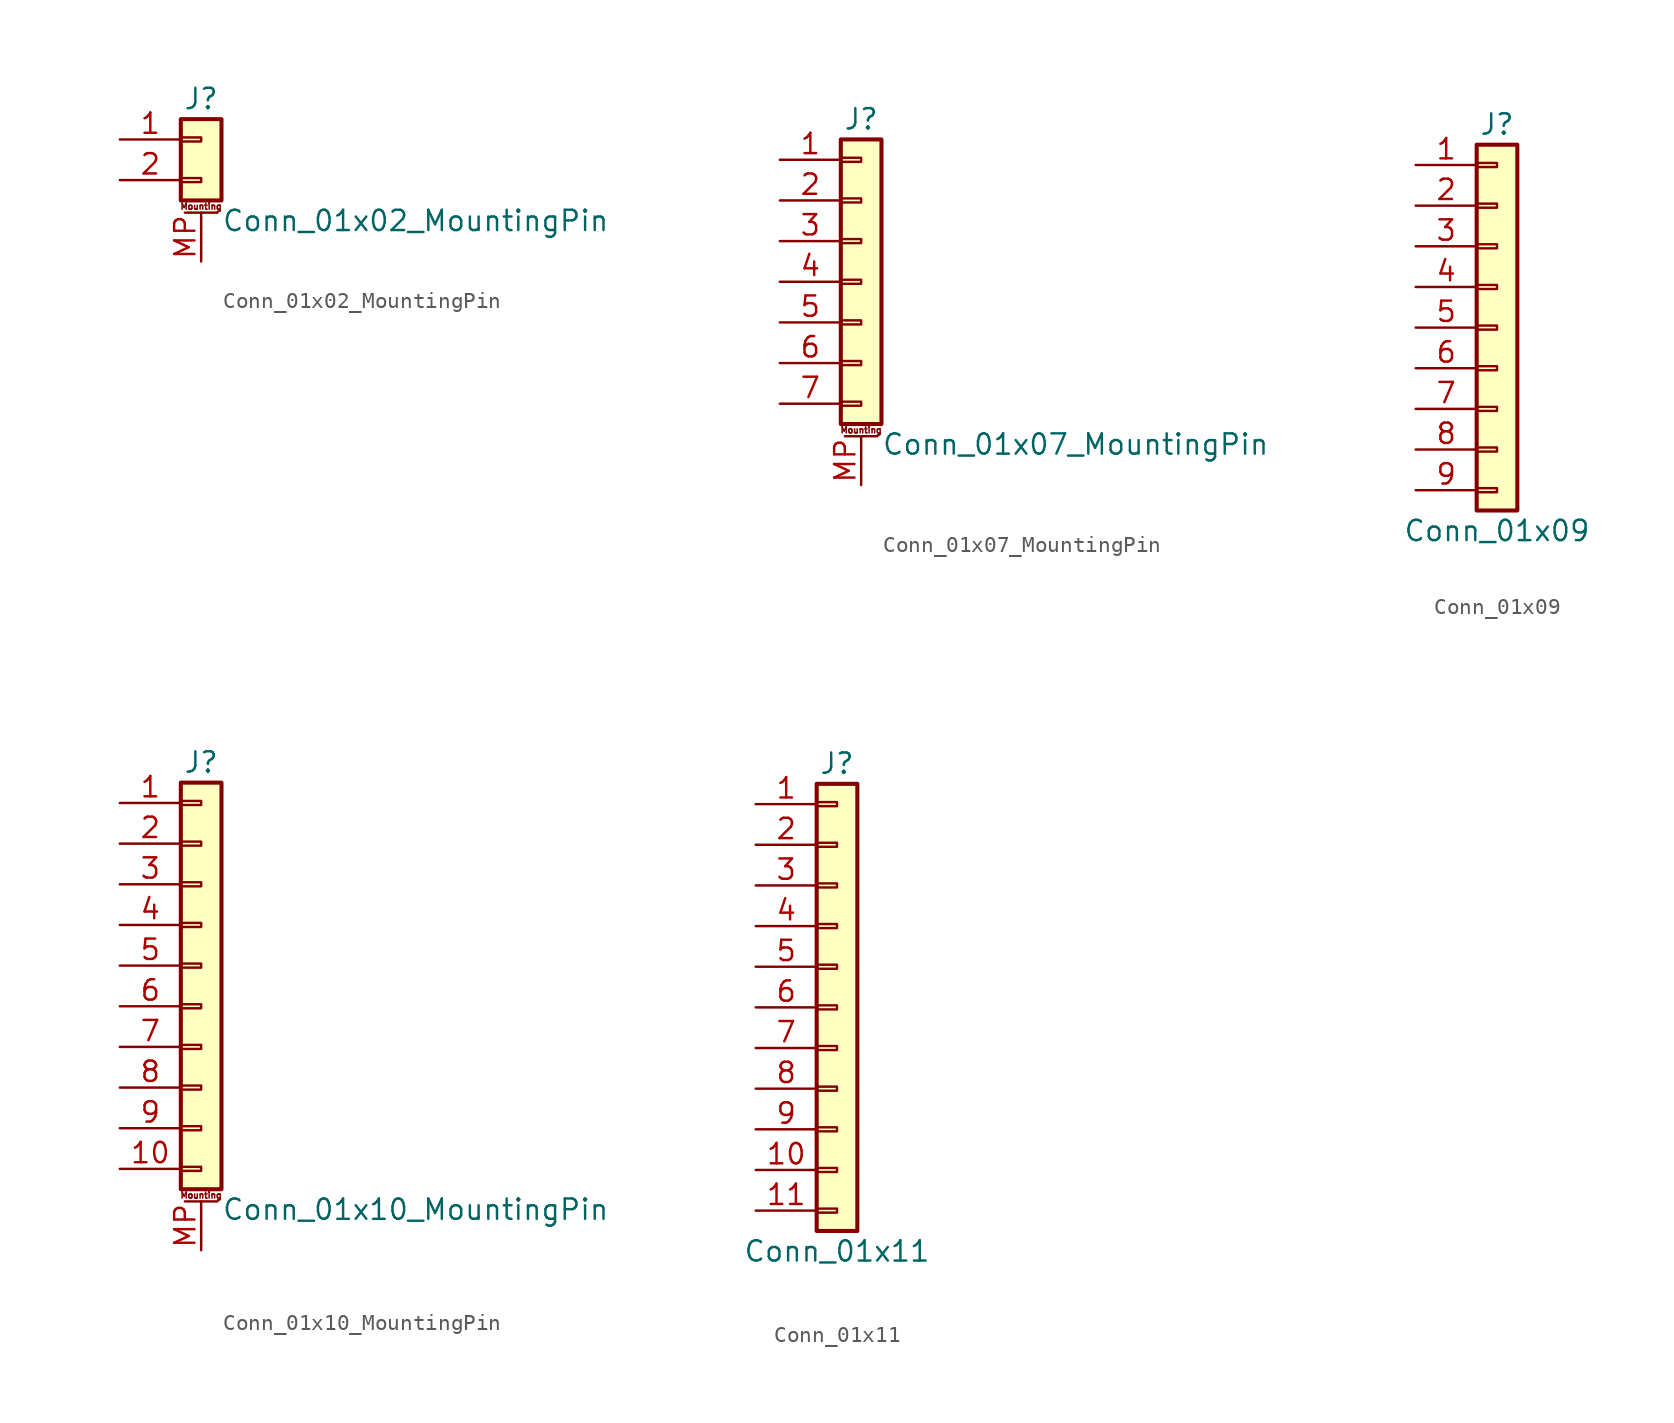
<source format=kicad_sym>
(kicad_symbol_lib
  (version 20241209)
  (generator "kicad_symbol_editor")
  (generator_version "9.0")
  (symbol "Conn_01x02_MountingPin"
    (pin_names
      (offset 1.016)
      (hide yes))
    (property "Reference" "J"
      (at 0 2.54 0)
      (effects (font (size 1.27 1.27))))
    (property "Value" "Conn_01x02_MountingPin"
      (at 1.27 -5.08 0)
      (effects (font (size 1.27 1.27)) (justify left)))
    (symbol "Conn_01x02_MountingPin_1_1"
      (rectangle (start -1.27 1.27) (end 1.27 -3.81) (stroke (width 0.254) (type default)) (fill (type background)))
      (rectangle (start -1.27 0.127) (end 0 -0.127) (stroke (width 0.152) (type default)) (fill (type none)))
      (rectangle (start -1.27 -2.413) (end 0 -2.667) (stroke (width 0.152) (type default)) (fill (type none)))
      (polyline (pts (xy -1.016 -4.572) (xy 1.016 -4.572)) (stroke (width 0.152) (type default)) (fill (type none)))
      (text "Mounting" (at 0 -4.191 0) (effects (font (size 0.381 0.381))))
      (pin passive line (at -5.08 0 0) (length 3.81) (name "Pin_1" (effects (font (size 1.27 1.27)))) (number "1" (effects (font (size 1.27 1.27)))))
      (pin passive line (at -5.08 -2.54 0) (length 3.81) (name "Pin_2" (effects (font (size 1.27 1.27)))) (number "2" (effects (font (size 1.27 1.27)))))
      (pin passive line (at 0 -7.62 90) (length 3.048) (name "MountPin" (effects (font (size 1.27 1.27)))) (number "MP" (effects (font (size 1.27 1.27)))))))
  (symbol "Conn_01x07_MountingPin"
    (pin_names
      (offset 1.016)
      (hide yes))
    (property "Reference" "J"
      (at 0 10.16 0)
      (effects (font (size 1.27 1.27))))
    (property "Value" "Conn_01x07_MountingPin"
      (at 1.27 -10.16 0)
      (effects (font (size 1.27 1.27)) (justify left)))
    (symbol "Conn_01x07_MountingPin_1_1"
      (rectangle (start -1.27 8.89) (end 1.27 -8.89) (stroke (width 0.254) (type default)) (fill (type background)))
      (rectangle (start -1.27 7.747) (end 0 7.493) (stroke (width 0.152) (type default)) (fill (type none)))
      (rectangle (start -1.27 5.207) (end 0 4.953) (stroke (width 0.152) (type default)) (fill (type none)))
      (rectangle (start -1.27 2.667) (end 0 2.413) (stroke (width 0.152) (type default)) (fill (type none)))
      (rectangle (start -1.27 0.127) (end 0 -0.127) (stroke (width 0.152) (type default)) (fill (type none)))
      (rectangle (start -1.27 -2.413) (end 0 -2.667) (stroke (width 0.152) (type default)) (fill (type none)))
      (rectangle (start -1.27 -4.953) (end 0 -5.207) (stroke (width 0.152) (type default)) (fill (type none)))
      (rectangle (start -1.27 -7.493) (end 0 -7.747) (stroke (width 0.152) (type default)) (fill (type none)))
      (polyline (pts (xy -1.016 -9.652) (xy 1.016 -9.652)) (stroke (width 0.152) (type default)) (fill (type none)))
      (text "Mounting" (at 0 -9.271 0) (effects (font (size 0.381 0.381))))
      (pin passive line (at -5.08 7.62 0) (length 3.81) (name "Pin_1" (effects (font (size 1.27 1.27)))) (number "1" (effects (font (size 1.27 1.27)))))
      (pin passive line (at -5.08 5.08 0) (length 3.81) (name "Pin_2" (effects (font (size 1.27 1.27)))) (number "2" (effects (font (size 1.27 1.27)))))
      (pin passive line (at -5.08 2.54 0) (length 3.81) (name "Pin_3" (effects (font (size 1.27 1.27)))) (number "3" (effects (font (size 1.27 1.27)))))
      (pin passive line (at -5.08 0 0) (length 3.81) (name "Pin_4" (effects (font (size 1.27 1.27)))) (number "4" (effects (font (size 1.27 1.27)))))
      (pin passive line (at -5.08 -2.54 0) (length 3.81) (name "Pin_5" (effects (font (size 1.27 1.27)))) (number "5" (effects (font (size 1.27 1.27)))))
      (pin passive line (at -5.08 -5.08 0) (length 3.81) (name "Pin_6" (effects (font (size 1.27 1.27)))) (number "6" (effects (font (size 1.27 1.27)))))
      (pin passive line (at -5.08 -7.62 0) (length 3.81) (name "Pin_7" (effects (font (size 1.27 1.27)))) (number "7" (effects (font (size 1.27 1.27)))))
      (pin passive line (at 0 -12.7 90) (length 3.048) (name "MountPin" (effects (font (size 1.27 1.27)))) (number "MP" (effects (font (size 1.27 1.27)))))))
  (symbol "Conn_01x09"
    (pin_names
      (offset 1.016)
      (hide yes))
    (property "Reference" "J"
      (at 0 12.7 0)
      (effects (font (size 1.27 1.27))))
    (property "Value" "Conn_01x09"
      (at 0 -12.7 0)
      (effects (font (size 1.27 1.27))))
    (symbol "Conn_01x09_1_1"
      (rectangle (start -1.27 11.43) (end 1.27 -11.43) (stroke (width 0.254) (type default)) (fill (type background)))
      (rectangle (start -1.27 10.287) (end 0 10.033) (stroke (width 0.152) (type default)) (fill (type none)))
      (rectangle (start -1.27 7.747) (end 0 7.493) (stroke (width 0.152) (type default)) (fill (type none)))
      (rectangle (start -1.27 5.207) (end 0 4.953) (stroke (width 0.152) (type default)) (fill (type none)))
      (rectangle (start -1.27 2.667) (end 0 2.413) (stroke (width 0.152) (type default)) (fill (type none)))
      (rectangle (start -1.27 0.127) (end 0 -0.127) (stroke (width 0.152) (type default)) (fill (type none)))
      (rectangle (start -1.27 -2.413) (end 0 -2.667) (stroke (width 0.152) (type default)) (fill (type none)))
      (rectangle (start -1.27 -4.953) (end 0 -5.207) (stroke (width 0.152) (type default)) (fill (type none)))
      (rectangle (start -1.27 -7.493) (end 0 -7.747) (stroke (width 0.152) (type default)) (fill (type none)))
      (rectangle (start -1.27 -10.033) (end 0 -10.287) (stroke (width 0.152) (type default)) (fill (type none)))
      (pin passive line (at -5.08 10.16 0) (length 3.81) (name "Pin_1" (effects (font (size 1.27 1.27)))) (number "1" (effects (font (size 1.27 1.27)))))
      (pin passive line (at -5.08 7.62 0) (length 3.81) (name "Pin_2" (effects (font (size 1.27 1.27)))) (number "2" (effects (font (size 1.27 1.27)))))
      (pin passive line (at -5.08 5.08 0) (length 3.81) (name "Pin_3" (effects (font (size 1.27 1.27)))) (number "3" (effects (font (size 1.27 1.27)))))
      (pin passive line (at -5.08 2.54 0) (length 3.81) (name "Pin_4" (effects (font (size 1.27 1.27)))) (number "4" (effects (font (size 1.27 1.27)))))
      (pin passive line (at -5.08 0 0) (length 3.81) (name "Pin_5" (effects (font (size 1.27 1.27)))) (number "5" (effects (font (size 1.27 1.27)))))
      (pin passive line (at -5.08 -2.54 0) (length 3.81) (name "Pin_6" (effects (font (size 1.27 1.27)))) (number "6" (effects (font (size 1.27 1.27)))))
      (pin passive line (at -5.08 -5.08 0) (length 3.81) (name "Pin_7" (effects (font (size 1.27 1.27)))) (number "7" (effects (font (size 1.27 1.27)))))
      (pin passive line (at -5.08 -7.62 0) (length 3.81) (name "Pin_8" (effects (font (size 1.27 1.27)))) (number "8" (effects (font (size 1.27 1.27)))))
      (pin passive line (at -5.08 -10.16 0) (length 3.81) (name "Pin_9" (effects (font (size 1.27 1.27)))) (number "9" (effects (font (size 1.27 1.27)))))))
  (symbol "Conn_01x10_MountingPin"
    (pin_names
      (offset 1.016)
      (hide yes))
    (property "Reference" "J"
      (at 0 12.7 0)
      (effects (font (size 1.27 1.27))))
    (property "Value" "Conn_01x10_MountingPin"
      (at 1.27 -15.24 0)
      (effects (font (size 1.27 1.27)) (justify left)))
    (symbol "Conn_01x10_MountingPin_1_1"
      (rectangle (start -1.27 11.43) (end 1.27 -13.97) (stroke (width 0.254) (type default)) (fill (type background)))
      (rectangle (start -1.27 10.287) (end 0 10.033) (stroke (width 0.152) (type default)) (fill (type none)))
      (rectangle (start -1.27 7.747) (end 0 7.493) (stroke (width 0.152) (type default)) (fill (type none)))
      (rectangle (start -1.27 5.207) (end 0 4.953) (stroke (width 0.152) (type default)) (fill (type none)))
      (rectangle (start -1.27 2.667) (end 0 2.413) (stroke (width 0.152) (type default)) (fill (type none)))
      (rectangle (start -1.27 0.127) (end 0 -0.127) (stroke (width 0.152) (type default)) (fill (type none)))
      (rectangle (start -1.27 -2.413) (end 0 -2.667) (stroke (width 0.152) (type default)) (fill (type none)))
      (rectangle (start -1.27 -4.953) (end 0 -5.207) (stroke (width 0.152) (type default)) (fill (type none)))
      (rectangle (start -1.27 -7.493) (end 0 -7.747) (stroke (width 0.152) (type default)) (fill (type none)))
      (rectangle (start -1.27 -10.033) (end 0 -10.287) (stroke (width 0.152) (type default)) (fill (type none)))
      (rectangle (start -1.27 -12.573) (end 0 -12.827) (stroke (width 0.152) (type default)) (fill (type none)))
      (polyline (pts (xy -1.016 -14.732) (xy 1.016 -14.732)) (stroke (width 0.152) (type default)) (fill (type none)))
      (text "Mounting" (at 0 -14.351 0) (effects (font (size 0.381 0.381))))
      (pin passive line (at -5.08 10.16 0) (length 3.81) (name "Pin_1" (effects (font (size 1.27 1.27)))) (number "1" (effects (font (size 1.27 1.27)))))
      (pin passive line (at -5.08 7.62 0) (length 3.81) (name "Pin_2" (effects (font (size 1.27 1.27)))) (number "2" (effects (font (size 1.27 1.27)))))
      (pin passive line (at -5.08 5.08 0) (length 3.81) (name "Pin_3" (effects (font (size 1.27 1.27)))) (number "3" (effects (font (size 1.27 1.27)))))
      (pin passive line (at -5.08 2.54 0) (length 3.81) (name "Pin_4" (effects (font (size 1.27 1.27)))) (number "4" (effects (font (size 1.27 1.27)))))
      (pin passive line (at -5.08 0 0) (length 3.81) (name "Pin_5" (effects (font (size 1.27 1.27)))) (number "5" (effects (font (size 1.27 1.27)))))
      (pin passive line (at -5.08 -2.54 0) (length 3.81) (name "Pin_6" (effects (font (size 1.27 1.27)))) (number "6" (effects (font (size 1.27 1.27)))))
      (pin passive line (at -5.08 -5.08 0) (length 3.81) (name "Pin_7" (effects (font (size 1.27 1.27)))) (number "7" (effects (font (size 1.27 1.27)))))
      (pin passive line (at -5.08 -7.62 0) (length 3.81) (name "Pin_8" (effects (font (size 1.27 1.27)))) (number "8" (effects (font (size 1.27 1.27)))))
      (pin passive line (at -5.08 -10.16 0) (length 3.81) (name "Pin_9" (effects (font (size 1.27 1.27)))) (number "9" (effects (font (size 1.27 1.27)))))
      (pin passive line (at -5.08 -12.7 0) (length 3.81) (name "Pin_10" (effects (font (size 1.27 1.27)))) (number "10" (effects (font (size 1.27 1.27)))))
      (pin passive line (at 0 -17.78 90) (length 3.048) (name "MountPin" (effects (font (size 1.27 1.27)))) (number "MP" (effects (font (size 1.27 1.27)))))))
  (symbol "Conn_01x11"
    (pin_names
      (offset 1.016)
      (hide yes))
    (property "Reference" "J"
      (at 0 15.24 0)
      (effects (font (size 1.27 1.27))))
    (property "Value" "Conn_01x11"
      (at 0 -15.24 0)
      (effects (font (size 1.27 1.27))))
    (symbol "Conn_01x11_1_1"
      (rectangle (start -1.27 13.97) (end 1.27 -13.97) (stroke (width 0.254) (type default)) (fill (type background)))
      (rectangle (start -1.27 12.827) (end 0 12.573) (stroke (width 0.152) (type default)) (fill (type none)))
      (rectangle (start -1.27 10.287) (end 0 10.033) (stroke (width 0.152) (type default)) (fill (type none)))
      (rectangle (start -1.27 7.747) (end 0 7.493) (stroke (width 0.152) (type default)) (fill (type none)))
      (rectangle (start -1.27 5.207) (end 0 4.953) (stroke (width 0.152) (type default)) (fill (type none)))
      (rectangle (start -1.27 2.667) (end 0 2.413) (stroke (width 0.152) (type default)) (fill (type none)))
      (rectangle (start -1.27 0.127) (end 0 -0.127) (stroke (width 0.152) (type default)) (fill (type none)))
      (rectangle (start -1.27 -2.413) (end 0 -2.667) (stroke (width 0.152) (type default)) (fill (type none)))
      (rectangle (start -1.27 -4.953) (end 0 -5.207) (stroke (width 0.152) (type default)) (fill (type none)))
      (rectangle (start -1.27 -7.493) (end 0 -7.747) (stroke (width 0.152) (type default)) (fill (type none)))
      (rectangle (start -1.27 -10.033) (end 0 -10.287) (stroke (width 0.152) (type default)) (fill (type none)))
      (rectangle (start -1.27 -12.573) (end 0 -12.827) (stroke (width 0.152) (type default)) (fill (type none)))
      (pin passive line (at -5.08 12.7 0) (length 3.81) (name "Pin_1" (effects (font (size 1.27 1.27)))) (number "1" (effects (font (size 1.27 1.27)))))
      (pin passive line (at -5.08 10.16 0) (length 3.81) (name "Pin_2" (effects (font (size 1.27 1.27)))) (number "2" (effects (font (size 1.27 1.27)))))
      (pin passive line (at -5.08 7.62 0) (length 3.81) (name "Pin_3" (effects (font (size 1.27 1.27)))) (number "3" (effects (font (size 1.27 1.27)))))
      (pin passive line (at -5.08 5.08 0) (length 3.81) (name "Pin_4" (effects (font (size 1.27 1.27)))) (number "4" (effects (font (size 1.27 1.27)))))
      (pin passive line (at -5.08 2.54 0) (length 3.81) (name "Pin_5" (effects (font (size 1.27 1.27)))) (number "5" (effects (font (size 1.27 1.27)))))
      (pin passive line (at -5.08 0 0) (length 3.81) (name "Pin_6" (effects (font (size 1.27 1.27)))) (number "6" (effects (font (size 1.27 1.27)))))
      (pin passive line (at -5.08 -2.54 0) (length 3.81) (name "Pin_7" (effects (font (size 1.27 1.27)))) (number "7" (effects (font (size 1.27 1.27)))))
      (pin passive line (at -5.08 -5.08 0) (length 3.81) (name "Pin_8" (effects (font (size 1.27 1.27)))) (number "8" (effects (font (size 1.27 1.27)))))
      (pin passive line (at -5.08 -7.62 0) (length 3.81) (name "Pin_9" (effects (font (size 1.27 1.27)))) (number "9" (effects (font (size 1.27 1.27)))))
      (pin passive line (at -5.08 -10.16 0) (length 3.81) (name "Pin_10" (effects (font (size 1.27 1.27)))) (number "10" (effects (font (size 1.27 1.27)))))
      (pin passive line (at -5.08 -12.7 0) (length 3.81) (name "Pin_11" (effects (font (size 1.27 1.27)))) (number "11" (effects (font (size 1.27 1.27))))))))
</source>
